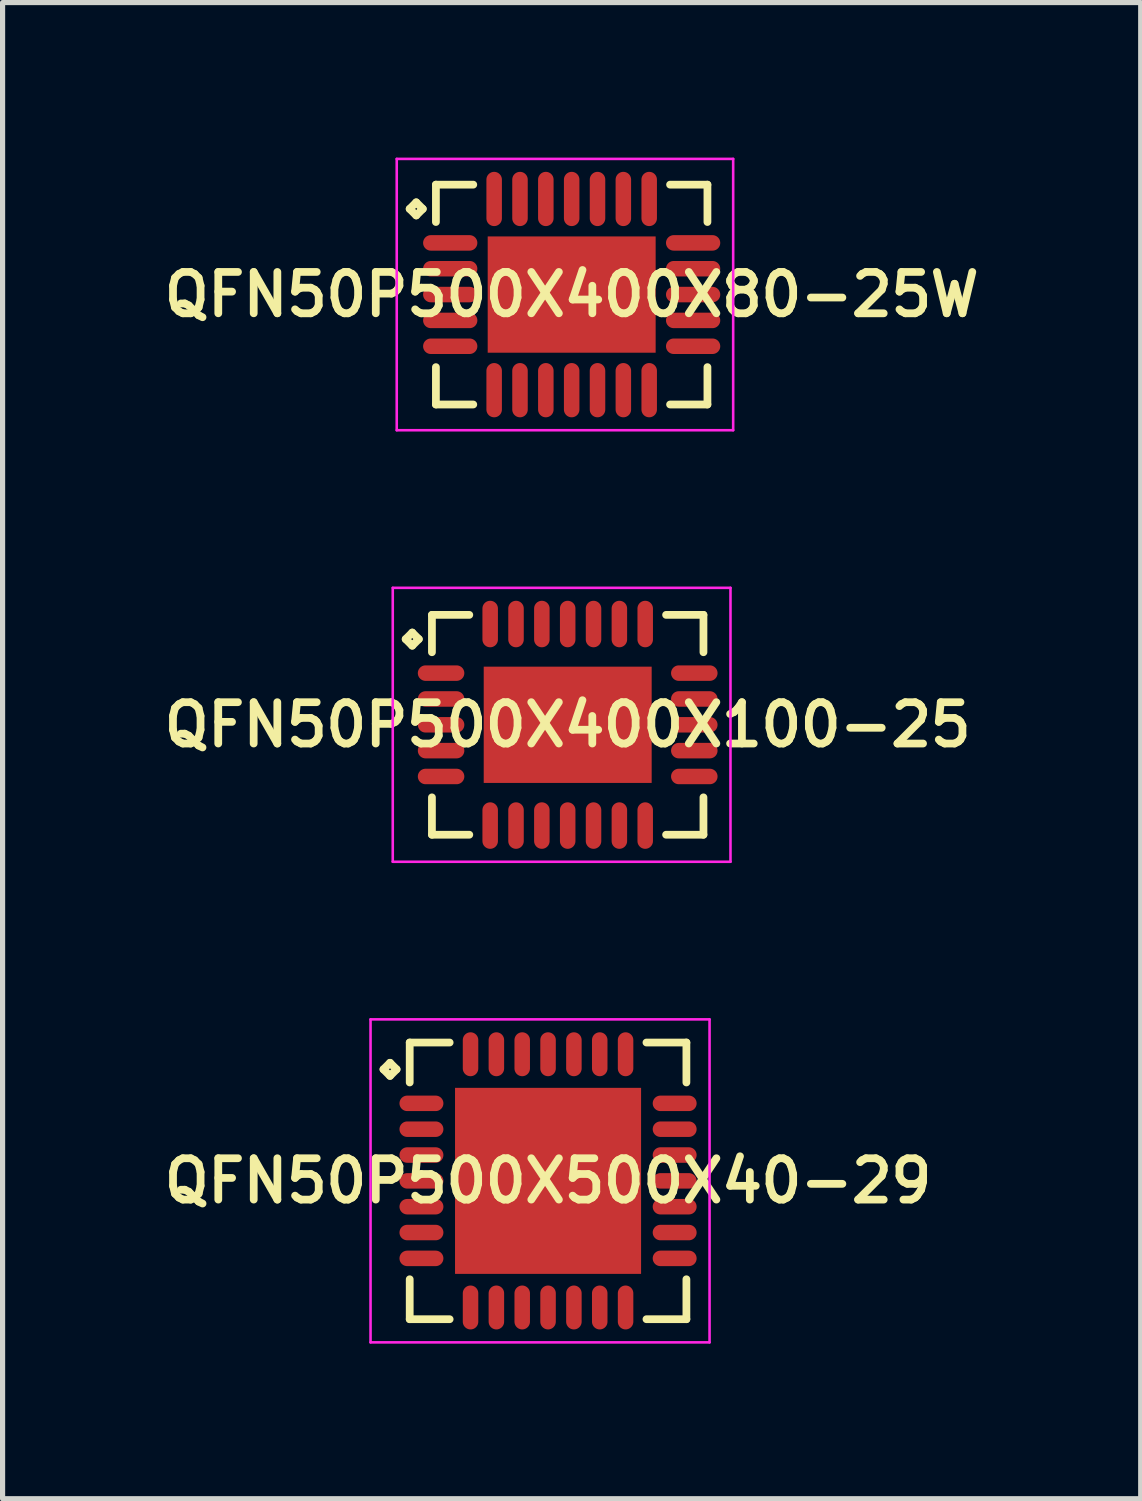
<source format=kicad_pcb>
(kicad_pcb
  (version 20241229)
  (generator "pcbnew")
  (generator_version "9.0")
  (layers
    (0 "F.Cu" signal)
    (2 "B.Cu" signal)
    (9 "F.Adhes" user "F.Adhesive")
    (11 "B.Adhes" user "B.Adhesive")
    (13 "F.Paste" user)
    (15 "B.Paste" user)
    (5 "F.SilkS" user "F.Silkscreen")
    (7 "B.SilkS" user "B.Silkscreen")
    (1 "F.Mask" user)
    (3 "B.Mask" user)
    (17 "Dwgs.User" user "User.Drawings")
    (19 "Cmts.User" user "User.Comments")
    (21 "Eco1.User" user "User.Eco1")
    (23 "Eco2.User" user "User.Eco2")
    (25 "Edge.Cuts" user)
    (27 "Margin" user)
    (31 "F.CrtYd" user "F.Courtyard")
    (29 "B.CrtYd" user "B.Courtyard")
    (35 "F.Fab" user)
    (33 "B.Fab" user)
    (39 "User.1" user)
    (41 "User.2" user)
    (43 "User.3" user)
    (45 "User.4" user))
  (footprint "QFN50P500X400X80-25W"
    (layer "F.Cu")
    (at 8.012 2.65)
    (property "Reference" "QFN50P500X400X80-25W" (at 0 0 0) (layer "F.SilkS") (effects (font (size 0.8 0.8) (thickness 0.15))))
    (attr smd)
    (fp_line (start -3.135 -1.658) (end -3.008 -1.785) (stroke (width 0.15) (type solid)) (layer "F.SilkS"))
    (fp_line (start -3.008 -1.785) (end -2.881 -1.658) (stroke (width 0.15) (type solid)) (layer "F.SilkS"))
    (fp_line (start -3.008 -1.531) (end -3.135 -1.658) (stroke (width 0.15) (type solid)) (layer "F.SilkS"))
    (fp_line (start -2.881 -1.658) (end -3.008 -1.531) (stroke (width 0.15) (type solid)) (layer "F.SilkS"))
    (fp_line (start -2.627 -2.127) (end -1.904 -2.127) (stroke (width 0.15) (type solid)) (layer "F.SilkS"))
    (fp_line (start -2.627 -1.404) (end -2.627 -2.127) (stroke (width 0.15) (type solid)) (layer "F.SilkS"))
    (fp_line (start -2.627 1.404) (end -2.627 2.127) (stroke (width 0.15) (type solid)) (layer "F.SilkS"))
    (fp_line (start -2.627 2.127) (end -1.904 2.127) (stroke (width 0.15) (type solid)) (layer "F.SilkS"))
    (fp_line (start 1.904 -2.127) (end 2.627 -2.127) (stroke (width 0.15) (type solid)) (layer "F.SilkS"))
    (fp_line (start 1.904 2.127) (end 2.627 2.127) (stroke (width 0.15) (type solid)) (layer "F.SilkS"))
    (fp_line (start 2.627 -2.127) (end 2.627 -1.404) (stroke (width 0.15) (type solid)) (layer "F.SilkS"))
    (fp_line (start 2.627 2.127) (end 2.627 1.404) (stroke (width 0.15) (type solid)) (layer "F.SilkS"))
    (fp_line (start -3.385 -2.625) (end 3.125 -2.625) (stroke (width 0.05) (type solid)) (layer "F.CrtYd"))
    (fp_line (start -3.385 2.625) (end -3.385 -2.625) (stroke (width 0.05) (type solid)) (layer "F.CrtYd"))
    (fp_line (start 3.125 -2.625) (end 3.125 2.625) (stroke (width 0.05) (type solid)) (layer "F.CrtYd"))
    (fp_line (start 3.125 2.625) (end -3.385 2.625) (stroke (width 0.05) (type solid)) (layer "F.CrtYd"))
    (pad "1" smd oval (at -2.35 -1) (size 1.05 0.3) (layers "F.Cu" "F.Mask" "F.Paste"))
    (pad "2" smd oval (at -2.35 -0.5) (size 1.05 0.3) (layers "F.Cu" "F.Mask" "F.Paste"))
    (pad "3" smd oval (at -2.35 0) (size 1.05 0.3) (layers "F.Cu" "F.Mask" "F.Paste"))
    (pad "4" smd oval (at -2.35 0.5) (size 1.05 0.3) (layers "F.Cu" "F.Mask" "F.Paste"))
    (pad "5" smd oval (at -2.35 1) (size 1.05 0.3) (layers "F.Cu" "F.Mask" "F.Paste"))
    (pad "6" smd oval (at -1.5 1.85) (size 0.3 1.05) (layers "F.Cu" "F.Mask" "F.Paste"))
    (pad "7" smd oval (at -1 1.85) (size 0.3 1.05) (layers "F.Cu" "F.Mask" "F.Paste"))
    (pad "8" smd oval (at -0.5 1.85) (size 0.3 1.05) (layers "F.Cu" "F.Mask" "F.Paste"))
    (pad "9" smd oval (at 0 1.85) (size 0.3 1.05) (layers "F.Cu" "F.Mask" "F.Paste"))
    (pad "10" smd oval (at 0.5 1.85) (size 0.3 1.05) (layers "F.Cu" "F.Mask" "F.Paste"))
    (pad "11" smd oval (at 1 1.85) (size 0.3 1.05) (layers "F.Cu" "F.Mask" "F.Paste"))
    (pad "12" smd oval (at 1.5 1.85) (size 0.3 1.05) (layers "F.Cu" "F.Mask" "F.Paste"))
    (pad "13" smd oval (at 2.35 1) (size 1.05 0.3) (layers "F.Cu" "F.Mask" "F.Paste"))
    (pad "14" smd oval (at 2.35 0.5) (size 1.05 0.3) (layers "F.Cu" "F.Mask" "F.Paste"))
    (pad "15" smd oval (at 2.35 0) (size 1.05 0.3) (layers "F.Cu" "F.Mask" "F.Paste"))
    (pad "16" smd oval (at 2.35 -0.5) (size 1.05 0.3) (layers "F.Cu" "F.Mask" "F.Paste"))
    (pad "17" smd oval (at 2.35 -1) (size 1.05 0.3) (layers "F.Cu" "F.Mask" "F.Paste"))
    (pad "18" smd oval (at 1.5 -1.85) (size 0.3 1.05) (layers "F.Cu" "F.Mask" "F.Paste"))
    (pad "19" smd oval (at 1 -1.85) (size 0.3 1.05) (layers "F.Cu" "F.Mask" "F.Paste"))
    (pad "20" smd oval (at 0.5 -1.85) (size 0.3 1.05) (layers "F.Cu" "F.Mask" "F.Paste"))
    (pad "21" smd oval (at 0 -1.85) (size 0.3 1.05) (layers "F.Cu" "F.Mask" "F.Paste"))
    (pad "22" smd oval (at -0.5 -1.85) (size 0.3 1.05) (layers "F.Cu" "F.Mask" "F.Paste"))
    (pad "23" smd oval (at -1 -1.85) (size 0.3 1.05) (layers "F.Cu" "F.Mask" "F.Paste"))
    (pad "24" smd oval (at -1.5 -1.85) (size 0.3 1.05) (layers "F.Cu" "F.Mask" "F.Paste"))
    (pad "25" smd rect (at 0 0) (size 3.25 2.25) (layers "F.Cu" "F.Mask" "F.Paste")))
  (footprint "QFN50P500X500X40-29"
    (layer "F.Cu")
    (at 7.555 19.8)
    (property "Reference" "QFN50P500X500X40-29" (at 0 0 0) (layer "F.SilkS") (effects (font (size 0.8 0.8) (thickness 0.15))))
    (attr smd)
    (fp_line (start -3.185 -2.158) (end -3.058 -2.285) (stroke (width 0.15) (type solid)) (layer "F.SilkS"))
    (fp_line (start -3.058 -2.285) (end -2.931 -2.158) (stroke (width 0.15) (type solid)) (layer "F.SilkS"))
    (fp_line (start -3.058 -2.031) (end -3.185 -2.158) (stroke (width 0.15) (type solid)) (layer "F.SilkS"))
    (fp_line (start -2.931 -2.158) (end -3.058 -2.031) (stroke (width 0.15) (type solid)) (layer "F.SilkS"))
    (fp_line (start -2.677 -2.677) (end -1.904 -2.677) (stroke (width 0.15) (type solid)) (layer "F.SilkS"))
    (fp_line (start -2.677 -1.904) (end -2.677 -2.677) (stroke (width 0.15) (type solid)) (layer "F.SilkS"))
    (fp_line (start -2.677 1.904) (end -2.677 2.677) (stroke (width 0.15) (type solid)) (layer "F.SilkS"))
    (fp_line (start -2.677 2.677) (end -1.904 2.677) (stroke (width 0.15) (type solid)) (layer "F.SilkS"))
    (fp_line (start 1.904 -2.677) (end 2.677 -2.677) (stroke (width 0.15) (type solid)) (layer "F.SilkS"))
    (fp_line (start 1.904 2.677) (end 2.677 2.677) (stroke (width 0.15) (type solid)) (layer "F.SilkS"))
    (fp_line (start 2.677 -2.677) (end 2.677 -1.904) (stroke (width 0.15) (type solid)) (layer "F.SilkS"))
    (fp_line (start 2.677 2.677) (end 2.677 1.904) (stroke (width 0.15) (type solid)) (layer "F.SilkS"))
    (fp_line (start -3.435 -3.125) (end 3.125 -3.125) (stroke (width 0.05) (type solid)) (layer "F.CrtYd"))
    (fp_line (start -3.435 3.125) (end -3.435 -3.125) (stroke (width 0.05) (type solid)) (layer "F.CrtYd"))
    (fp_line (start 3.125 -3.125) (end 3.125 3.125) (stroke (width 0.05) (type solid)) (layer "F.CrtYd"))
    (fp_line (start 3.125 3.125) (end -3.435 3.125) (stroke (width 0.05) (type solid)) (layer "F.CrtYd"))
    (pad "1" smd oval (at -2.45 -1.5) (size 0.85 0.3) (layers "F.Cu" "F.Mask" "F.Paste"))
    (pad "2" smd oval (at -2.45 -1) (size 0.85 0.3) (layers "F.Cu" "F.Mask" "F.Paste"))
    (pad "3" smd oval (at -2.45 -0.5) (size 0.85 0.3) (layers "F.Cu" "F.Mask" "F.Paste"))
    (pad "4" smd oval (at -2.45 0) (size 0.85 0.3) (layers "F.Cu" "F.Mask" "F.Paste"))
    (pad "5" smd oval (at -2.45 0.5) (size 0.85 0.3) (layers "F.Cu" "F.Mask" "F.Paste"))
    (pad "6" smd oval (at -2.45 1) (size 0.85 0.3) (layers "F.Cu" "F.Mask" "F.Paste"))
    (pad "7" smd oval (at -2.45 1.5) (size 0.85 0.3) (layers "F.Cu" "F.Mask" "F.Paste"))
    (pad "8" smd oval (at -1.5 2.45) (size 0.3 0.85) (layers "F.Cu" "F.Mask" "F.Paste"))
    (pad "9" smd oval (at -1 2.45) (size 0.3 0.85) (layers "F.Cu" "F.Mask" "F.Paste"))
    (pad "10" smd oval (at -0.5 2.45) (size 0.3 0.85) (layers "F.Cu" "F.Mask" "F.Paste"))
    (pad "11" smd oval (at 0 2.45) (size 0.3 0.85) (layers "F.Cu" "F.Mask" "F.Paste"))
    (pad "12" smd oval (at 0.5 2.45) (size 0.3 0.85) (layers "F.Cu" "F.Mask" "F.Paste"))
    (pad "13" smd oval (at 1 2.45) (size 0.3 0.85) (layers "F.Cu" "F.Mask" "F.Paste"))
    (pad "14" smd oval (at 1.5 2.45) (size 0.3 0.85) (layers "F.Cu" "F.Mask" "F.Paste"))
    (pad "15" smd oval (at 2.45 1.5) (size 0.85 0.3) (layers "F.Cu" "F.Mask" "F.Paste"))
    (pad "16" smd oval (at 2.45 1) (size 0.85 0.3) (layers "F.Cu" "F.Mask" "F.Paste"))
    (pad "17" smd oval (at 2.45 0.5) (size 0.85 0.3) (layers "F.Cu" "F.Mask" "F.Paste"))
    (pad "18" smd oval (at 2.45 0) (size 0.85 0.3) (layers "F.Cu" "F.Mask" "F.Paste"))
    (pad "19" smd oval (at 2.45 -0.5) (size 0.85 0.3) (layers "F.Cu" "F.Mask" "F.Paste"))
    (pad "20" smd oval (at 2.45 -1) (size 0.85 0.3) (layers "F.Cu" "F.Mask" "F.Paste"))
    (pad "21" smd oval (at 2.45 -1.5) (size 0.85 0.3) (layers "F.Cu" "F.Mask" "F.Paste"))
    (pad "22" smd oval (at 1.5 -2.45) (size 0.3 0.85) (layers "F.Cu" "F.Mask" "F.Paste"))
    (pad "23" smd oval (at 1 -2.45) (size 0.3 0.85) (layers "F.Cu" "F.Mask" "F.Paste"))
    (pad "24" smd oval (at 0.5 -2.45) (size 0.3 0.85) (layers "F.Cu" "F.Mask" "F.Paste"))
    (pad "25" smd oval (at 0 -2.45) (size 0.3 0.85) (layers "F.Cu" "F.Mask" "F.Paste"))
    (pad "26" smd oval (at -0.5 -2.45) (size 0.3 0.85) (layers "F.Cu" "F.Mask" "F.Paste"))
    (pad "27" smd oval (at -1 -2.45) (size 0.3 0.85) (layers "F.Cu" "F.Mask" "F.Paste"))
    (pad "28" smd oval (at -1.5 -2.45) (size 0.3 0.85) (layers "F.Cu" "F.Mask" "F.Paste"))
    (pad "29" smd rect (at 0 0) (size 3.6 3.6) (layers "F.Cu" "F.Mask" "F.Paste")))
  (footprint "QFN50P500X400X100-25"
    (layer "F.Cu")
    (at 7.935 10.975)
    (property "Reference" "QFN50P500X400X100-25" (at 0 0 0) (layer "F.SilkS") (effects (font (size 0.8 0.8) (thickness 0.15))))
    (attr smd)
    (fp_line (start -3.135 -1.658) (end -3.008 -1.785) (stroke (width 0.15) (type solid)) (layer "F.SilkS"))
    (fp_line (start -3.008 -1.785) (end -2.881 -1.658) (stroke (width 0.15) (type solid)) (layer "F.SilkS"))
    (fp_line (start -3.008 -1.531) (end -3.135 -1.658) (stroke (width 0.15) (type solid)) (layer "F.SilkS"))
    (fp_line (start -2.881 -1.658) (end -3.008 -1.531) (stroke (width 0.15) (type solid)) (layer "F.SilkS"))
    (fp_line (start -2.627 -2.127) (end -1.904 -2.127) (stroke (width 0.15) (type solid)) (layer "F.SilkS"))
    (fp_line (start -2.627 -1.404) (end -2.627 -2.127) (stroke (width 0.15) (type solid)) (layer "F.SilkS"))
    (fp_line (start -2.627 1.404) (end -2.627 2.127) (stroke (width 0.15) (type solid)) (layer "F.SilkS"))
    (fp_line (start -2.627 2.127) (end -1.904 2.127) (stroke (width 0.15) (type solid)) (layer "F.SilkS"))
    (fp_line (start 1.904 -2.127) (end 2.627 -2.127) (stroke (width 0.15) (type solid)) (layer "F.SilkS"))
    (fp_line (start 1.904 2.127) (end 2.627 2.127) (stroke (width 0.15) (type solid)) (layer "F.SilkS"))
    (fp_line (start 2.627 -2.127) (end 2.627 -1.404) (stroke (width 0.15) (type solid)) (layer "F.SilkS"))
    (fp_line (start 2.627 2.127) (end 2.627 1.404) (stroke (width 0.15) (type solid)) (layer "F.SilkS"))
    (fp_line (start -3.385 -2.65) (end 3.15 -2.65) (stroke (width 0.05) (type solid)) (layer "F.CrtYd"))
    (fp_line (start -3.385 2.65) (end -3.385 -2.65) (stroke (width 0.05) (type solid)) (layer "F.CrtYd"))
    (fp_line (start 3.15 -2.65) (end 3.15 2.65) (stroke (width 0.05) (type solid)) (layer "F.CrtYd"))
    (fp_line (start 3.15 2.65) (end -3.385 2.65) (stroke (width 0.05) (type solid)) (layer "F.CrtYd"))
    (pad "1" smd oval (at -2.45 -1) (size 0.9 0.3) (layers "F.Cu" "F.Mask" "F.Paste"))
    (pad "2" smd oval (at -2.45 -0.5) (size 0.9 0.3) (layers "F.Cu" "F.Mask" "F.Paste"))
    (pad "3" smd oval (at -2.45 0) (size 0.9 0.3) (layers "F.Cu" "F.Mask" "F.Paste"))
    (pad "4" smd oval (at -2.45 0.5) (size 0.9 0.3) (layers "F.Cu" "F.Mask" "F.Paste"))
    (pad "5" smd oval (at -2.45 1) (size 0.9 0.3) (layers "F.Cu" "F.Mask" "F.Paste"))
    (pad "6" smd oval (at -1.5 1.95) (size 0.3 0.9) (layers "F.Cu" "F.Mask" "F.Paste"))
    (pad "7" smd oval (at -1 1.95) (size 0.3 0.9) (layers "F.Cu" "F.Mask" "F.Paste"))
    (pad "8" smd oval (at -0.5 1.95) (size 0.3 0.9) (layers "F.Cu" "F.Mask" "F.Paste"))
    (pad "9" smd oval (at 0 1.95) (size 0.3 0.9) (layers "F.Cu" "F.Mask" "F.Paste"))
    (pad "10" smd oval (at 0.5 1.95) (size 0.3 0.9) (layers "F.Cu" "F.Mask" "F.Paste"))
    (pad "11" smd oval (at 1 1.95) (size 0.3 0.9) (layers "F.Cu" "F.Mask" "F.Paste"))
    (pad "12" smd oval (at 1.5 1.95) (size 0.3 0.9) (layers "F.Cu" "F.Mask" "F.Paste"))
    (pad "13" smd oval (at 2.45 1) (size 0.9 0.3) (layers "F.Cu" "F.Mask" "F.Paste"))
    (pad "14" smd oval (at 2.45 0.5) (size 0.9 0.3) (layers "F.Cu" "F.Mask" "F.Paste"))
    (pad "15" smd oval (at 2.45 0) (size 0.9 0.3) (layers "F.Cu" "F.Mask" "F.Paste"))
    (pad "16" smd oval (at 2.45 -0.5) (size 0.9 0.3) (layers "F.Cu" "F.Mask" "F.Paste"))
    (pad "17" smd oval (at 2.45 -1) (size 0.9 0.3) (layers "F.Cu" "F.Mask" "F.Paste"))
    (pad "18" smd oval (at 1.5 -1.95) (size 0.3 0.9) (layers "F.Cu" "F.Mask" "F.Paste"))
    (pad "19" smd oval (at 1 -1.95) (size 0.3 0.9) (layers "F.Cu" "F.Mask" "F.Paste"))
    (pad "20" smd oval (at 0.5 -1.95) (size 0.3 0.9) (layers "F.Cu" "F.Mask" "F.Paste"))
    (pad "21" smd oval (at 0 -1.95) (size 0.3 0.9) (layers "F.Cu" "F.Mask" "F.Paste"))
    (pad "22" smd oval (at -0.5 -1.95) (size 0.3 0.9) (layers "F.Cu" "F.Mask" "F.Paste"))
    (pad "23" smd oval (at -1 -1.95) (size 0.3 0.9) (layers "F.Cu" "F.Mask" "F.Paste"))
    (pad "24" smd oval (at -1.5 -1.95) (size 0.3 0.9) (layers "F.Cu" "F.Mask" "F.Paste"))
    (pad "25" smd rect (at 0 0) (size 3.25 2.25) (layers "F.Cu" "F.Mask" "F.Paste")))
  (gr_rect
    (start -3 -3)
    (end 19.023 25.95)
    (stroke (width 0.1) (type default))
    (fill no)
    (layer "Edge.Cuts")))
</source>
